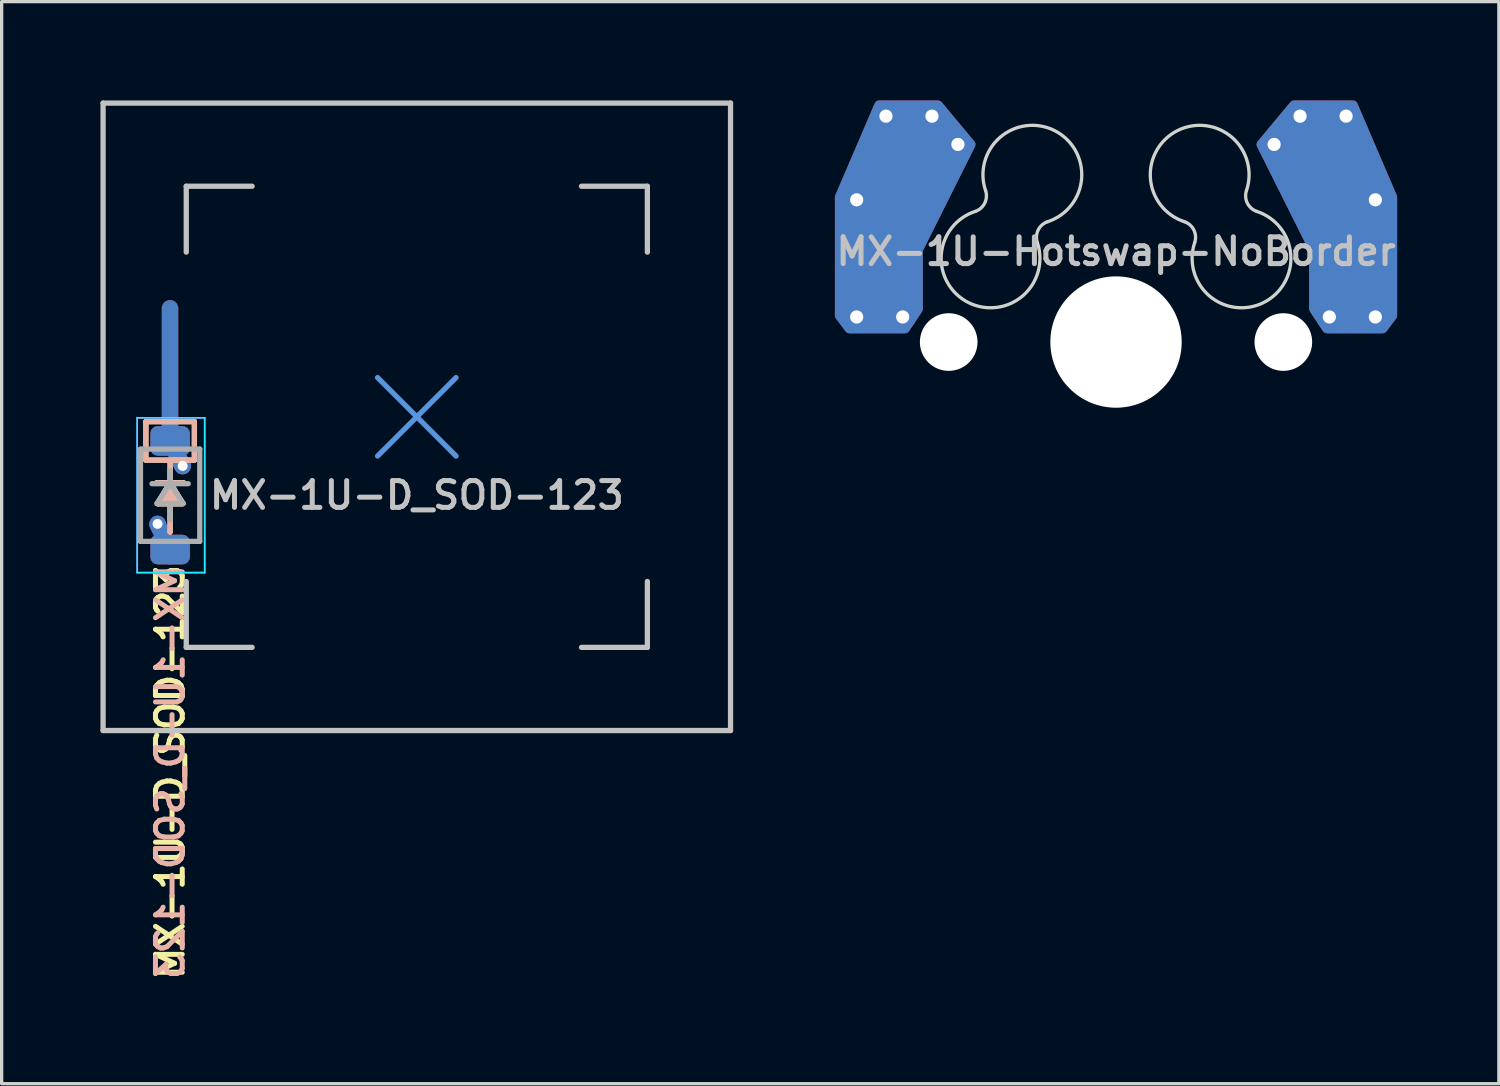
<source format=kicad_pcb>
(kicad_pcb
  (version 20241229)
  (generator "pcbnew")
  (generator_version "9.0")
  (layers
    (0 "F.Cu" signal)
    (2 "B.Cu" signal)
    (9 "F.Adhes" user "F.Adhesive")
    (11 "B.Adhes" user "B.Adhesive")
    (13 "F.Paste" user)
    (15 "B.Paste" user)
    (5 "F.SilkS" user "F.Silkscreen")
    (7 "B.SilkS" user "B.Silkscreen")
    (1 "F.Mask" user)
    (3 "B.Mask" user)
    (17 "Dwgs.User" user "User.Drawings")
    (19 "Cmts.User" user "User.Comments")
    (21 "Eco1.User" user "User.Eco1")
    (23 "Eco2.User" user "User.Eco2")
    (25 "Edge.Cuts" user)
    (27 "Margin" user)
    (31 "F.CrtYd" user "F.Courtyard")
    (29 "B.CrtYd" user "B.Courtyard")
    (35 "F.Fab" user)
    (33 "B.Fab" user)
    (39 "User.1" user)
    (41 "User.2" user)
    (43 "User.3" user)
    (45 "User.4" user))
  (footprint "MX-1U-D_SOD-123"
    (layer "F.Cu")
    (at 9.605 9.605)
    (property "Reference" "MX-1U-D_SOD-123" (at 0 2.381 0) (layer "Dwgs.User") (effects (font (size 0.813 0.813) (thickness 0.152))))
    (attr through_hole)
    (fp_line (start -8.226 0.146) (end -6.753 0.146) (stroke (width 0.16) (type solid)) (layer "F.SilkS"))
    (fp_line (start -8.226 1.314) (end -8.226 0.146) (stroke (width 0.16) (type solid)) (layer "F.SilkS"))
    (fp_line (start -7.871 2.635) (end -7.49 2) (stroke (width 0.16) (type solid)) (layer "F.SilkS"))
    (fp_line (start -7.49 1.34) (end -7.49 2) (stroke (width 0.16) (type solid)) (layer "F.SilkS"))
    (fp_line (start -7.49 2) (end -7.109 2.635) (stroke (width 0.16) (type solid)) (layer "F.SilkS"))
    (fp_line (start -7.49 2.635) (end -7.49 3.499) (stroke (width 0.16) (type solid)) (layer "F.SilkS"))
    (fp_line (start -7.109 2.635) (end -7.871 2.635) (stroke (width 0.16) (type solid)) (layer "F.SilkS"))
    (fp_line (start -7.083 2) (end -7.896 2) (stroke (width 0.16) (type solid)) (layer "F.SilkS"))
    (fp_line (start -6.753 0.146) (end -6.753 1.314) (stroke (width 0.16) (type solid)) (layer "F.SilkS"))
    (fp_line (start -6.753 1.314) (end -8.226 1.314) (stroke (width 0.16) (type solid)) (layer "F.SilkS"))
    (fp_poly (pts (xy -7.871 2.635) (xy -7.49 2) (xy -7.109 2.635)) (stroke (width 0.16) (type solid)) (fill yes) (layer "F.SilkS"))
    (fp_line (start -8.226 0.146) (end -8.226 1.314) (stroke (width 0.16) (type solid)) (layer "B.SilkS"))
    (fp_line (start -8.226 1.314) (end -6.753 1.314) (stroke (width 0.16) (type solid)) (layer "B.SilkS"))
    (fp_line (start -7.896 2) (end -7.083 2) (stroke (width 0.16) (type solid)) (layer "B.SilkS"))
    (fp_line (start -7.871 2.635) (end -7.109 2.635) (stroke (width 0.16) (type solid)) (layer "B.SilkS"))
    (fp_line (start -7.49 1.34) (end -7.49 2) (stroke (width 0.16) (type solid)) (layer "B.SilkS"))
    (fp_line (start -7.49 2) (end -7.871 2.635) (stroke (width 0.16) (type solid)) (layer "B.SilkS"))
    (fp_line (start -7.49 2.635) (end -7.49 3.499) (stroke (width 0.16) (type solid)) (layer "B.SilkS"))
    (fp_line (start -7.109 2.635) (end -7.49 2) (stroke (width 0.16) (type solid)) (layer "B.SilkS"))
    (fp_line (start -6.753 0.146) (end -8.226 0.146) (stroke (width 0.16) (type solid)) (layer "B.SilkS"))
    (fp_line (start -6.753 1.314) (end -6.753 0.146) (stroke (width 0.16) (type solid)) (layer "B.SilkS"))
    (fp_poly (pts (xy -7.109 2.635) (xy -7.49 2) (xy -7.871 2.635)) (stroke (width 0.16) (type solid)) (fill yes) (layer "B.SilkS"))
    (fp_line (start -9.525 -9.525) (end 9.525 -9.525) (stroke (width 0.16) (type solid)) (layer "Dwgs.User"))
    (fp_line (start -9.525 9.525) (end -9.525 -9.525) (stroke (width 0.16) (type solid)) (layer "Dwgs.User"))
    (fp_line (start -7 -7) (end -7 -5) (stroke (width 0.16) (type solid)) (layer "Dwgs.User"))
    (fp_line (start -7 5) (end -7 7) (stroke (width 0.16) (type solid)) (layer "Dwgs.User"))
    (fp_line (start -7 7) (end -5 7) (stroke (width 0.16) (type solid)) (layer "Dwgs.User"))
    (fp_line (start -5 -7) (end -7 -7) (stroke (width 0.16) (type solid)) (layer "Dwgs.User"))
    (fp_line (start 5 -7) (end 7 -7) (stroke (width 0.16) (type solid)) (layer "Dwgs.User"))
    (fp_line (start 5 7) (end 7 7) (stroke (width 0.16) (type solid)) (layer "Dwgs.User"))
    (fp_line (start 7 -7) (end 7 -5) (stroke (width 0.16) (type solid)) (layer "Dwgs.User"))
    (fp_line (start 7 7) (end 7 5) (stroke (width 0.16) (type solid)) (layer "Dwgs.User"))
    (fp_line (start 9.525 -9.525) (end 9.525 9.525) (stroke (width 0.16) (type solid)) (layer "Dwgs.User"))
    (fp_line (start 9.525 9.525) (end -9.525 9.525) (stroke (width 0.16) (type solid)) (layer "Dwgs.User"))
    (fp_line (start -1.191 -1.191) (end 1.191 1.191) (stroke (width 0.16) (type solid)) (layer "Cmts.User"))
    (fp_line (start -1.191 1.191) (end 1.191 -1.191) (stroke (width 0.16) (type solid)) (layer "Cmts.User"))
    (fp_line (start -8.49 4.731) (end -8.49 0.031) (stroke (width 0.05) (type solid)) (layer "B.CrtYd"))
    (fp_line (start -6.44 0.031) (end -8.49 0.031) (stroke (width 0.05) (type solid)) (layer "B.CrtYd"))
    (fp_line (start -6.44 0.031) (end -6.44 4.731) (stroke (width 0.05) (type solid)) (layer "B.CrtYd"))
    (fp_line (start -6.44 4.731) (end -8.49 4.731) (stroke (width 0.05) (type solid)) (layer "B.CrtYd"))
    (fp_line (start -8.49 4.731) (end -8.49 0.031) (stroke (width 0.05) (type solid)) (layer "F.CrtYd"))
    (fp_line (start -6.44 0.031) (end -8.49 0.031) (stroke (width 0.05) (type solid)) (layer "F.CrtYd"))
    (fp_line (start -6.44 0.031) (end -6.44 4.731) (stroke (width 0.05) (type solid)) (layer "F.CrtYd"))
    (fp_line (start -6.44 4.731) (end -8.49 4.731) (stroke (width 0.05) (type solid)) (layer "F.CrtYd"))
    (fp_line (start -8.39 0.981) (end -6.59 0.981) (stroke (width 0.16) (type solid)) (layer "F.Fab"))
    (fp_line (start -8.39 3.781) (end -8.39 0.981) (stroke (width 0.16) (type solid)) (layer "F.Fab"))
    (fp_line (start -7.89 2.631) (end -7.49 2.031) (stroke (width 0.16) (type solid)) (layer "F.Fab"))
    (fp_line (start -7.49 1.631) (end -7.49 2.031) (stroke (width 0.16) (type solid)) (layer "F.Fab"))
    (fp_line (start -7.49 2.031) (end -8.04 2.031) (stroke (width 0.16) (type solid)) (layer "F.Fab"))
    (fp_line (start -7.49 2.031) (end -7.09 2.631) (stroke (width 0.16) (type solid)) (layer "F.Fab"))
    (fp_line (start -7.49 2.031) (end -6.94 2.031) (stroke (width 0.16) (type solid)) (layer "F.Fab"))
    (fp_line (start -7.49 2.631) (end -7.49 3.131) (stroke (width 0.16) (type solid)) (layer "F.Fab"))
    (fp_line (start -7.09 2.631) (end -7.89 2.631) (stroke (width 0.16) (type solid)) (layer "F.Fab"))
    (fp_line (start -6.59 0.981) (end -6.59 3.781) (stroke (width 0.16) (type solid)) (layer "F.Fab"))
    (fp_line (start -6.59 3.781) (end -8.39 3.781) (stroke (width 0.16) (type solid)) (layer "F.Fab"))
    (fp_text user "${REFERENCE}" (at -7.49 4.413 270) (layer "F.SilkS") (effects (font (size 0.813 0.813) (thickness 0.152)) (justify right)))
    (fp_text user "${REFERENCE}" (at -7.49 4.413 270) (layer "B.SilkS") (effects (font (size 0.813 0.813) (thickness 0.152)) (justify left mirror)))
    (pad "1" smd custom (at -7.493 0.737) (size 0.762 0.762) (layers "F.Cu") (options (anchor circle)) (primitives (gr_line (start 0.381 0.761) (end 0 -0.001) (width 0.5)) (gr_line (start 0 -0.001) (end 0 -4.033) (width 0.5))))
    (pad "1" smd custom (at -7.493 0.737) (size 0.762 0.762) (layers "B.Cu") (options (anchor circle)) (primitives (gr_line (start 0.381 0.761) (end 0 -0.001) (width 0.5)) (gr_line (start 0 -0.001) (end 0 -4.033) (width 0.5))))
    (pad "1" smd roundrect (at -7.49 0.73 270) (size 0.9 1.2) (layers "B.Cu" "B.Mask" "B.Paste") (roundrect_rratio 0.25))
    (pad "1" smd custom (at -7.49 0.73 270) (size 0.9 1.2) (layers "F.Cu") (options (anchor circle)) (primitives (gr_line (start 0.762 -0.381) (end 0 0) (width 0.5))))
    (pad "1" smd custom (at -7.49 0.73 270) (size 0.9 1.2) (layers "B.Cu") (options (anchor circle)) (primitives (gr_line (start 0.762 -0.381) (end 0 0) (width 0.5))))
    (pad "1" smd roundrect (at -7.49 0.731 270) (size 0.9 1.2) (layers "F.Cu" "F.Mask" "F.Paste") (roundrect_rratio 0.25))
    (pad "1" thru_hole circle (at -7.109 1.492 270) (size 0.5 0.5) (drill 0.3) (layers "*.Cu"))
    (pad "2" thru_hole circle (at -7.871 3.251 270) (size 0.5 0.5) (drill 0.3) (layers "*.Cu"))
    (pad "2" smd roundrect (at -7.49 4.031 270) (size 0.9 1.2) (layers "F.Cu" "F.Mask" "F.Paste") (roundrect_rratio 0.25))
    (pad "2" smd roundrect (at -7.49 4.031 270) (size 0.9 1.2) (layers "B.Cu" "B.Mask" "B.Paste") (roundrect_rratio 0.25))
    (pad "2" smd custom (at -7.49 4.031 270) (size 0.9 1.2) (layers "F.Cu") (options (anchor circle)) (primitives (gr_line (start -0.761 0.381) (end 0.001 0) (width 0.5))))
    (pad "2" smd custom (at -7.49 4.031 270) (size 0.9 1.2) (layers "B.Cu") (options (anchor circle)) (primitives (gr_line (start -0.761 0.381) (end 0.001 0) (width 0.5)))))
  (footprint "MX-1U-Hotswap-NoBorder"
    (layer "F.Cu")
    (at 30.834 7.335)
    (property "Reference" "MX-1U-Hotswap-NoBorder" (at 0 -2.75 0) (layer "Dwgs.User") (effects (font (size 0.813 0.813) (thickness 0.152))))
    (attr through_hole)
    (fp_line (start -1.191 -1.191) (end 1.191 1.191) (stroke (width 0.16) (type solid)) (layer "Cmts.User"))
    (fp_line (start -1.191 1.191) (end 1.191 -1.191) (stroke (width 0.16) (type solid)) (layer "Cmts.User"))
    (fp_arc (start -3.96108 -4.600241) (mid -3.987242 -4.216863) (end -4.277581 -3.965135) (stroke (width 0.1) (type solid)) (layer "Edge.Cuts"))
    (fp_arc (start -3.96108 -4.600241) (mid -1.869375 -6.421603) (end -2.070859 -3.655379) (stroke (width 0.1) (type solid)) (layer "Edge.Cuts"))
    (fp_arc (start -2.389 -3.02) (mid -4.481247 -1.198706) (end -4.277581 -3.965135) (stroke (width 0.1) (type solid)) (layer "Edge.Cuts"))
    (fp_arc (start -2.389 -3.02) (mid -2.362333 -3.403985) (end -2.070858 -3.655378) (stroke (width 0.1) (type solid)) (layer "Edge.Cuts"))
    (fp_arc (start 2.070858 -3.655378) (mid 2.362333 -3.403985) (end 2.389 -3.02) (stroke (width 0.1) (type solid)) (layer "Edge.Cuts"))
    (fp_arc (start 2.070859 -3.655379) (mid 1.869375 -6.421604) (end 3.96108 -4.600241) (stroke (width 0.1) (type solid)) (layer "Edge.Cuts"))
    (fp_arc (start 4.277581 -3.965135) (mid 4.481247 -1.198706) (end 2.389 -3.02) (stroke (width 0.1) (type solid)) (layer "Edge.Cuts"))
    (fp_arc (start 4.277581 -3.965135) (mid 3.987242 -4.216863) (end 3.96108 -4.600241) (stroke (width 0.1) (type solid)) (layer "Edge.Cuts"))
    (pad "" np_thru_hole circle (at -5.08 0 48) (size 1.75 1.75) (drill 1.75) (layers "*.Cu" "*.Mask"))
    (pad "" np_thru_hole circle (at 0 0) (size 3.988 3.988) (drill 3.988) (layers "*.Cu" "*.Mask"))
    (pad "" np_thru_hole circle (at 5.08 0 48) (size 1.75 1.75) (drill 1.75) (layers "*.Cu" "*.Mask"))
    (pad "1" thru_hole circle (at -7.874 -4.318) (size 0.8 0.8) (drill 0.4) (layers "*.Cu"))
    (pad "1" thru_hole circle (at -7.874 -0.762) (size 0.8 0.8) (drill 0.4) (layers "*.Cu"))
    (pad "1" smd custom (at -7.285 -2.54 180) (size 2.35 2.5) (layers "B.Cu") (options (anchor rect)) (primitives (gr_poly (pts (xy -1.285 -1.54) (xy -1.285 0.26) (xy -2.885 3.46) (xy -1.885 4.66) (xy -0.085 4.66) (xy 1.115 1.86) (xy 1.115 -1.74) (xy 0.815 -2.14) (xy -0.885 -2.14)) (width 0.27) (fill yes))))
    (pad "1" smd rect (at -7.2 -2.54 180) (size 2.35 2.5) (layers "B.Cu" "B.Mask" "B.Paste"))
    (pad "1" thru_hole circle (at -6.985 -6.858) (size 0.8 0.8) (drill 0.4) (layers "*.Cu"))
    (pad "1" smd custom (at -6.499 -5.067 180) (size 2.15 2.5) (layers "F.Cu") (options (anchor rect)) (primitives (gr_poly (pts (xy -0.499 -4.067) (xy -0.499 -2.267) (xy -2.099 0.933) (xy -1.099 2.133) (xy 0.701 2.133) (xy 1.901 -0.667) (xy 1.901 -4.267) (xy 1.601 -4.667) (xy -0.099 -4.667)) (width 0.27) (fill yes))))
    (pad "1" thru_hole circle (at -6.477 -0.762) (size 0.8 0.8) (drill 0.4) (layers "*.Cu"))
    (pad "1" smd rect (at -6.399 -5.067 180) (size 2.15 2.5) (layers "F.Cu" "F.Mask" "F.Paste"))
    (pad "1" thru_hole circle (at -5.588 -6.858) (size 0.8 0.8) (drill 0.4) (layers "*.Cu"))
    (pad "1" thru_hole circle (at -4.8 -6) (size 0.8 0.8) (drill 0.4) (layers "*.Cu"))
    (pad "2" thru_hole circle (at 4.8 -6) (size 0.8 0.8) (drill 0.4) (layers "*.Cu"))
    (pad "2" thru_hole circle (at 5.588 -6.858) (size 0.8 0.8) (drill 0.4) (layers "*.Cu"))
    (pad "2" smd rect (at 6.425 -5.067) (size 2.15 2.5) (layers "B.Cu" "B.Mask" "B.Paste"))
    (pad "2" smd custom (at 6.425 -5.067 180) (size 2.15 2.5) (layers "B.Cu") (options (anchor rect)) (primitives (gr_poly (pts (xy 0.425 -4.067) (xy 0.425 -2.267) (xy 2.025 0.933) (xy 1.025 2.133) (xy -0.775 2.133) (xy -1.975 -0.667) (xy -1.975 -4.267) (xy -1.675 -4.667) (xy 0.025 -4.667)) (width 0.27) (fill yes))))
    (pad "2" thru_hole circle (at 6.477 -0.762) (size 0.8 0.8) (drill 0.4) (layers "*.Cu"))
    (pad "2" thru_hole circle (at 6.985 -6.858) (size 0.8 0.8) (drill 0.4) (layers "*.Cu"))
    (pad "2" smd rect (at 7.212 -2.54) (size 2.35 2.5) (layers "F.Cu" "F.Mask" "F.Paste"))
    (pad "2" smd custom (at 7.212 -2.54 180) (size 2.35 2.5) (layers "F.Cu") (options (anchor rect)) (primitives (gr_poly (pts (xy 1.212 -1.54) (xy 1.212 0.26) (xy 2.812 3.46) (xy 1.812 4.66) (xy 0.012 4.66) (xy -1.188 1.86) (xy -1.188 -1.74) (xy -0.888 -2.14) (xy 0.812 -2.14)) (width 0.27) (fill yes))))
    (pad "2" thru_hole circle (at 7.874 -4.318) (size 0.8 0.8) (drill 0.4) (layers "*.Cu"))
    (pad "2" thru_hole circle (at 7.874 -0.762) (size 0.8 0.8) (drill 0.4) (layers "*.Cu")))
  (gr_rect
    (start -3 -3)
    (end 42.457 29.853)
    (stroke (width 0.1) (type default))
    (fill no)
    (layer "Edge.Cuts")))
</source>
